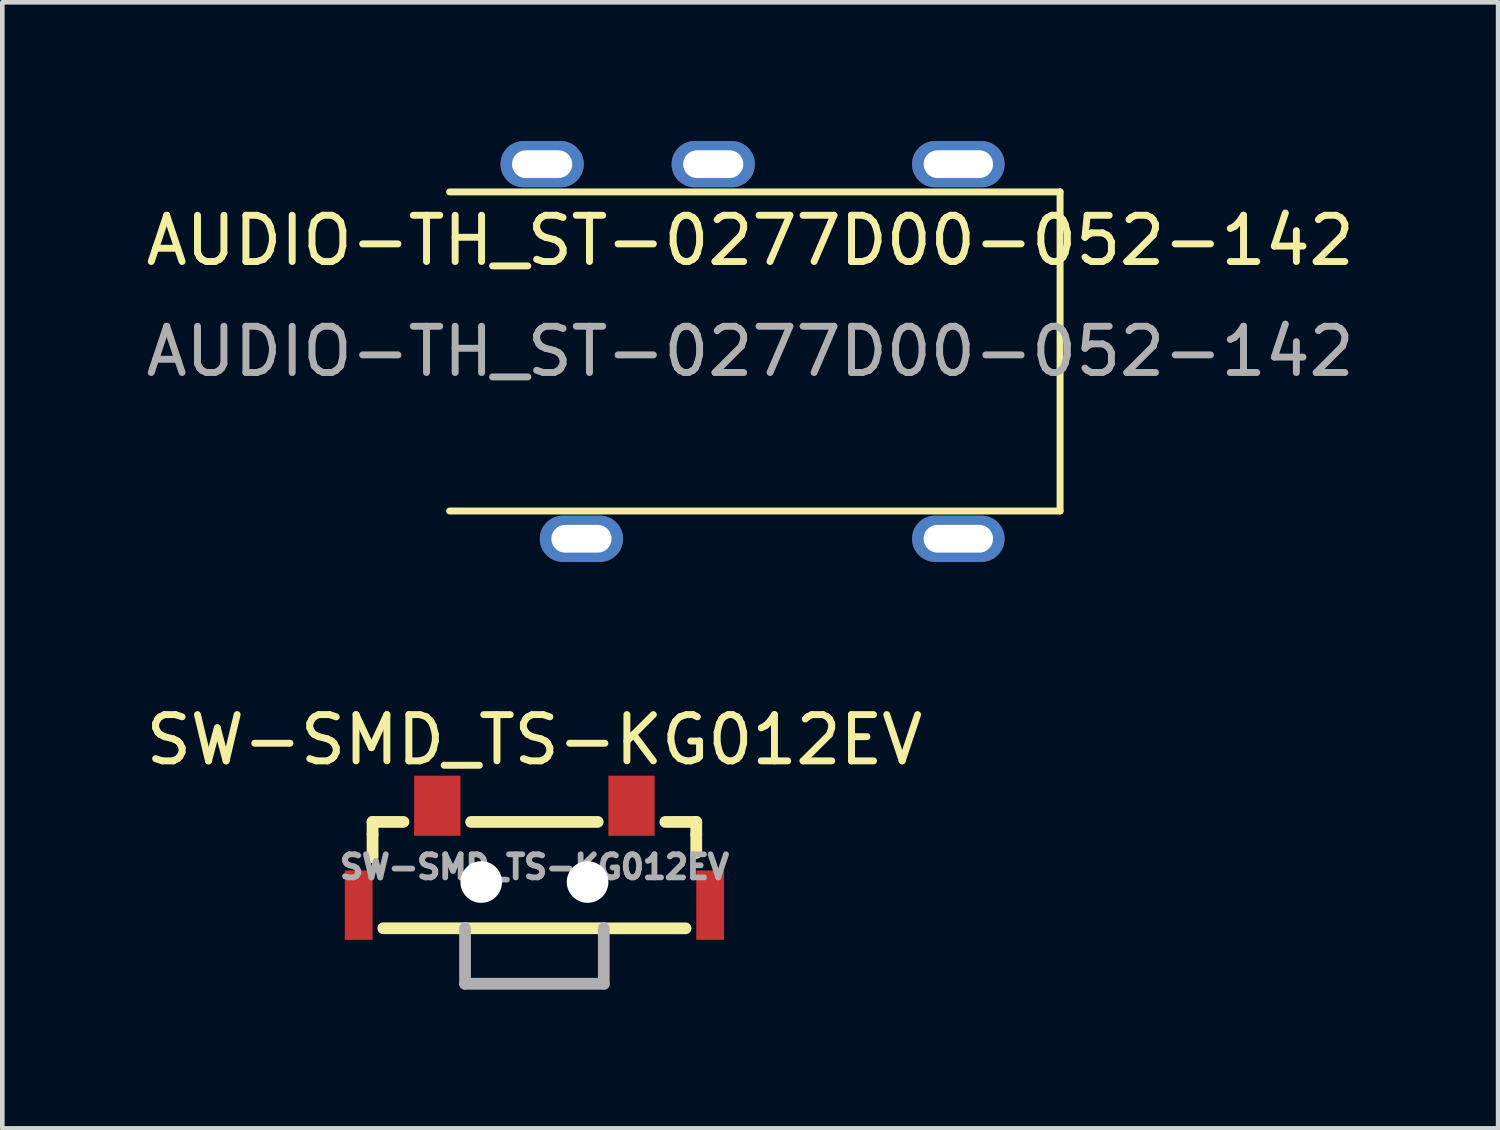
<source format=kicad_pcb>
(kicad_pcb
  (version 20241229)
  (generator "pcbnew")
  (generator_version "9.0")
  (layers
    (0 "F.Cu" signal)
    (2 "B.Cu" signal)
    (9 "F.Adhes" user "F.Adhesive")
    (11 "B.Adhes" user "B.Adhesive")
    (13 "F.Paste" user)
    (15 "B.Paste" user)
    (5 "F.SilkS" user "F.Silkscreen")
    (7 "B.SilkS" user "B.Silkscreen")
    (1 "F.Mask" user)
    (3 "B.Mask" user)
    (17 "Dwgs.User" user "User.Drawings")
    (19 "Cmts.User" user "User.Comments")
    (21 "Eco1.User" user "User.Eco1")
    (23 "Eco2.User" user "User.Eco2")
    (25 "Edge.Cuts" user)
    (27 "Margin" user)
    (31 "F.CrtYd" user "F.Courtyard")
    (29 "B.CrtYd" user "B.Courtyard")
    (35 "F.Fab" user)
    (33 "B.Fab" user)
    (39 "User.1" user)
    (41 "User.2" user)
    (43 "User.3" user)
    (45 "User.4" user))
  (footprint "SW-SMD_TS-KG012EV"
    (layer "F.Cu")
    (at 8.506 15.448)
    (property "Reference" "SW-SMD_TS-KG012EV" (at 0 -2.5 0) (layer "F.SilkS") (effects (font (size 1 1) (thickness 0.15))))
    (attr through_hole)
    (fp_line (start -3.5 -0.725) (end -3.5 -0.456) (stroke (width 0.254) (type solid)) (layer "F.SilkS"))
    (fp_line (start -3.5 -0.725) (end -2.831 -0.725) (stroke (width 0.254) (type solid)) (layer "F.SilkS"))
    (fp_line (start -3.5 -0.456) (end -3.5 0.039) (stroke (width 0.254) (type solid)) (layer "F.SilkS"))
    (fp_line (start -1.5 1.575) (end -3.269 1.575) (stroke (width 0.254) (type solid)) (layer "F.SilkS"))
    (fp_line (start -1.5 1.575) (end 1.5 1.575) (stroke (width 0.254) (type solid)) (layer "F.SilkS"))
    (fp_line (start -1.369 -0.725) (end 1.369 -0.725) (stroke (width 0.254) (type solid)) (layer "F.SilkS"))
    (fp_line (start 2.831 -0.725) (end 3.5 -0.725) (stroke (width 0.254) (type solid)) (layer "F.SilkS"))
    (fp_line (start 3.269 1.576) (end 1.5 1.576) (stroke (width 0.254) (type solid)) (layer "F.SilkS"))
    (fp_line (start 3.5 -0.725) (end 3.5 -0.456) (stroke (width 0.254) (type solid)) (layer "F.SilkS"))
    (fp_line (start 3.5 -0.456) (end 3.5 -0.056) (stroke (width 0.254) (type solid)) (layer "F.SilkS"))
    (fp_line (start -1.5 2.775) (end -1.5 1.575) (stroke (width 0.254) (type solid)) (layer "F.Fab"))
    (fp_line (start 1.5 1.576) (end 1.5 2.775) (stroke (width 0.254) (type solid)) (layer "F.Fab"))
    (fp_line (start 1.5 2.775) (end -1.5 2.775) (stroke (width 0.254) (type solid)) (layer "F.Fab"))
    (fp_circle (center -1.15 0.575) (end -0.975 0.575) (stroke (width 0.35) (type solid)) (fill no) (layer "F.Fab"))
    (fp_circle (center 1.15 0.575) (end 1.325 0.575) (stroke (width 0.35) (type solid)) (fill no) (layer "F.Fab"))
    (fp_text user "${REFERENCE}" (at 0 0.25 0) (layer "F.Fab") (effects (font (size 0.5 0.5) (thickness 0.125))))
    (pad "" np_thru_hole circle (at -1.15 0.575) (size 0.9 0.9) (drill 0.9) (layers "*.Cu" "*.Mask"))
    (pad "" np_thru_hole circle (at 1.15 0.575) (size 0.9 0.9) (drill 0.9) (layers "*.Cu" "*.Mask"))
    (pad "1" smd rect (at 2.1 -1.075 180) (size 1 1.3) (layers "F.Cu" "F.Mask" "F.Paste"))
    (pad "2" smd rect (at -2.1 -1.075 180) (size 1 1.3) (layers "F.Cu" "F.Mask" "F.Paste"))
    (pad "3" smd rect (at -3.8 1.075 270) (size 1.5 0.6) (layers "F.Cu" "F.Mask" "F.Paste"))
    (pad "4" smd rect (at 3.8 1.075 270) (size 1.5 0.6) (layers "F.Cu" "F.Mask" "F.Paste")))
  (footprint "AUDIO-TH_ST-0277D00-052-142"
    (layer "F.Cu")
    (at 13.173 4.55)
    (property "Reference" "AUDIO-TH_ST-0277D00-052-142" (at 0 -2.4 0) (layer "F.SilkS") (effects (font (size 1 1) (thickness 0.15))))
    (attr through_hole)
    (fp_line (start -6.5 -3.45) (end 6.7 -3.45) (stroke (width 0.15) (type default)) (layer "F.SilkS"))
    (fp_line (start 6.7 -3.45) (end 6.7 3.45) (stroke (width 0.15) (type default)) (layer "F.SilkS"))
    (fp_line (start 6.7 3.45) (end -6.5 3.45) (stroke (width 0.15) (type default)) (layer "F.SilkS"))
    (fp_text user "${REFERENCE}" (at 0 0 0) (layer "F.Fab") (effects (font (size 1 1) (thickness 0.15))))
    (pad "1" thru_hole oval (at -4.5 -4.05) (size 1.8 1) (drill oval 1.3 0.6) (layers "*.Cu" "*.Mask"))
    (pad "2" thru_hole oval (at -3.65 4.05) (size 1.8 1) (drill oval 1.3 0.6) (layers "*.Cu" "*.Mask"))
    (pad "3" thru_hole oval (at -0.8 -4.05) (size 1.8 1) (drill oval 1.3 0.6) (layers "*.Cu" "*.Mask"))
    (pad "4" thru_hole oval (at 4.5 4.05) (size 2 1) (drill oval 1.5 0.6) (layers "*.Cu" "*.Mask"))
    (pad "5" thru_hole oval (at 4.5 -4.05) (size 2 1) (drill oval 1.5 0.6) (layers "*.Cu" "*.Mask")))
  (gr_rect
    (start -3 -3)
    (end 29.345 21.35)
    (stroke (width 0.1) (type default))
    (fill no)
    (layer "Edge.Cuts")))
</source>
